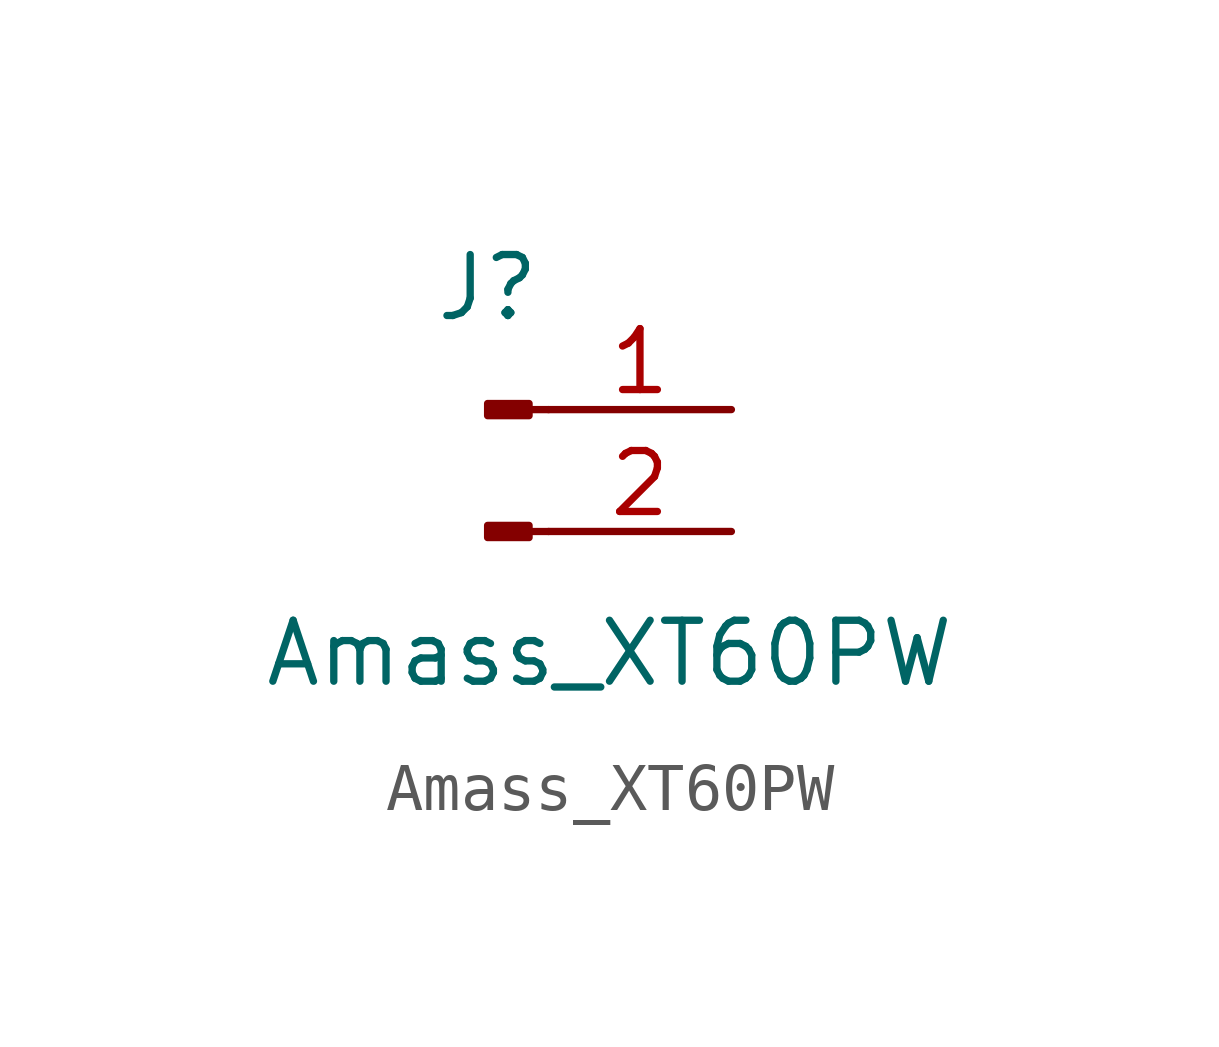
<source format=kicad_sym>
(kicad_symbol_lib
  (version 20220914)
  (generator kicad_symbol_editor)
  (symbol "Amass_XT60PW"
    (pin_names
      (offset 1.016) hide)
    (property "Reference" "J"
      (at -5.08 2.54 0)
      (effects (font (size 1.27 1.27))))
    (property "Value" "Amass_XT60PW"
      (at -2.54 -5.08 0)
      (effects (font (size 1.27 1.27))))
    (symbol "Amass_XT60PW_1_1"
      (rectangle (start -4.216 -2.413) (end -5.08 -2.667) (stroke (width 0.152) (type default)) (fill (type outline)))
      (rectangle (start -4.216 0.127) (end -5.08 -0.127) (stroke (width 0.152) (type default)) (fill (type outline)))
      (polyline (pts (xy -3.81 -2.54) (xy -4.216 -2.54)) (stroke (width 0.152) (type default)) (fill (type none)))
      (polyline (pts (xy -3.81 0) (xy -4.216 0)) (stroke (width 0.152) (type default)) (fill (type none)))
      (pin passive line (at 0 0 180) (length 3.81) (name "Pin_1" (effects (font (size 1.27 1.27)))) (number "1" (effects (font (size 1.27 1.27)))))
      (pin passive line (at 0 -2.54 180) (length 3.81) (name "Pin_2" (effects (font (size 1.27 1.27)))) (number "2" (effects (font (size 1.27 1.27))))))))
</source>
